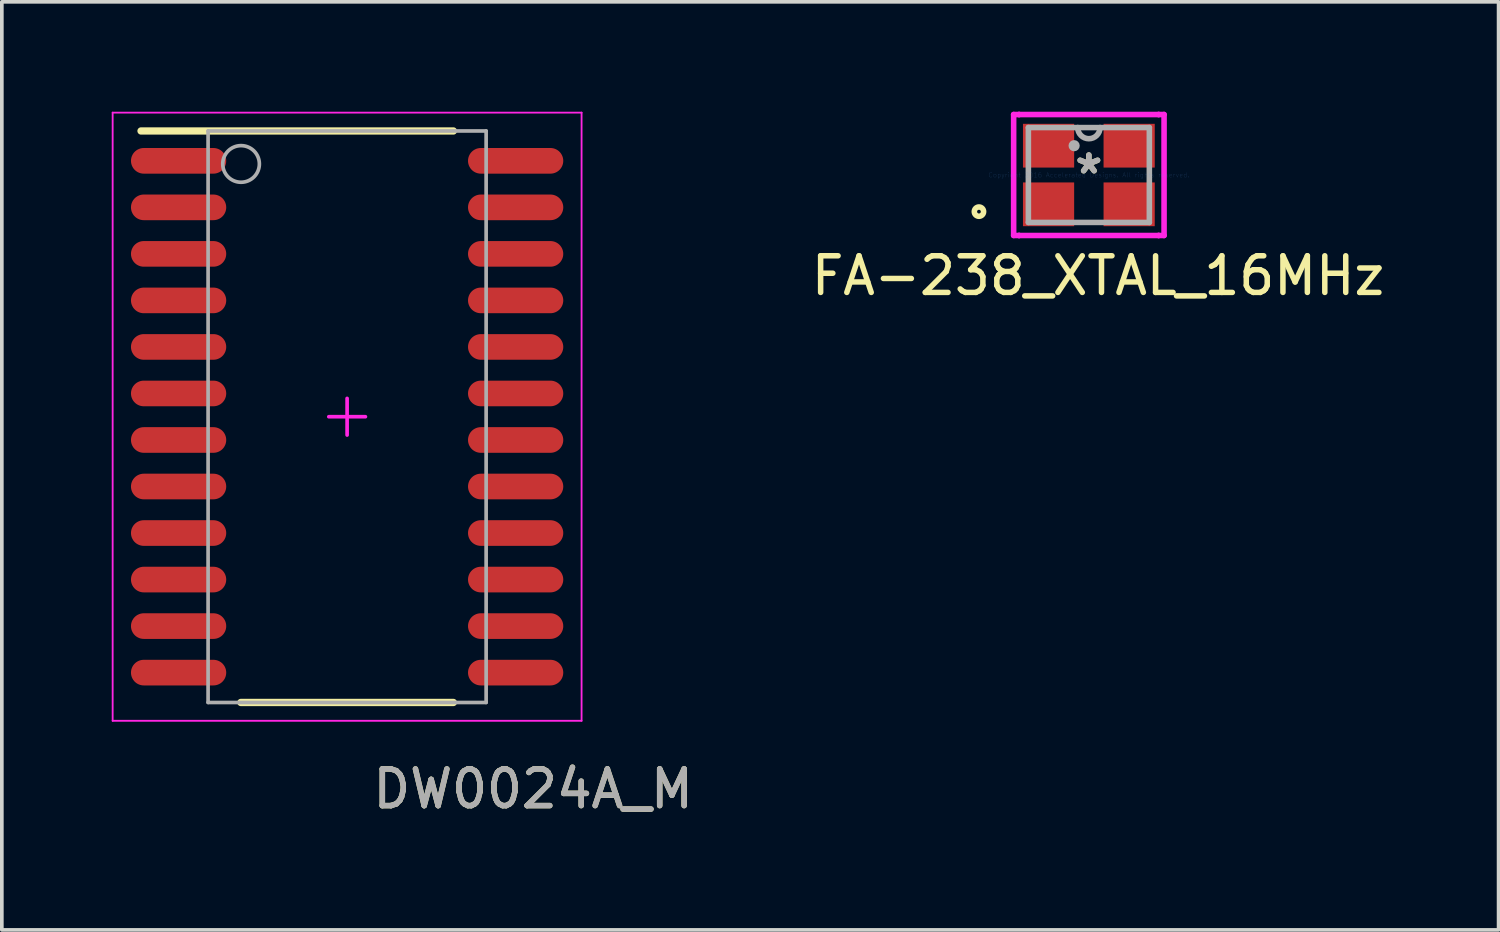
<source format=kicad_pcb>
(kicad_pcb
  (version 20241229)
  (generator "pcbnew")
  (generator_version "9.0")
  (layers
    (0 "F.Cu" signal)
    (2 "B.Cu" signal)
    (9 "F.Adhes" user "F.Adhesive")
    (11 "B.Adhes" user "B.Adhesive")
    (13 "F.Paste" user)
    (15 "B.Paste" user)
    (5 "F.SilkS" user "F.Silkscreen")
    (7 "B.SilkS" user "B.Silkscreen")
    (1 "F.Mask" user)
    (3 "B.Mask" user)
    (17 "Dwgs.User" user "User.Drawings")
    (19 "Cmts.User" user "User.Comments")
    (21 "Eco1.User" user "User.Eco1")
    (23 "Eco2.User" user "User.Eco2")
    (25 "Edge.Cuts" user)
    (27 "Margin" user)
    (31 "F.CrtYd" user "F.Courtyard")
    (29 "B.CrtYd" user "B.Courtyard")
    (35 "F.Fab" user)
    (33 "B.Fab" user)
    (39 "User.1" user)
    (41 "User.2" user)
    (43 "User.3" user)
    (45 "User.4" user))
  (footprint "DW0024A_M"
    (layer "F.Cu")
    (at 6.425 8.325)
    (property "Reference" "DW0024A_M" (at 5.08 10.16 0) (unlocked yes) (layer "F.SilkS") (effects (font (size 1 1) (thickness 0.15))))
    (attr smd)
    (fp_line (start -5.625 -7.8) (end 2.9 -7.8) (stroke (width 0.2) (type solid)) (layer "F.SilkS"))
    (fp_line (start -2.9 7.8) (end 2.9 7.8) (stroke (width 0.2) (type solid)) (layer "F.SilkS"))
    (fp_line (start -6.4 -8.3) (end 6.4 -8.3) (stroke (width 0.05) (type solid)) (layer "F.CrtYd"))
    (fp_line (start -6.4 8.3) (end -6.4 -8.3) (stroke (width 0.05) (type solid)) (layer "F.CrtYd"))
    (fp_line (start -6.4 8.3) (end 6.4 8.3) (stroke (width 0.05) (type solid)) (layer "F.CrtYd"))
    (fp_line (start -0.5 0) (end 0.5 0) (stroke (width 0.1) (type solid)) (layer "F.CrtYd"))
    (fp_line (start 0.000003 0.5) (end 0.000003 -0.5) (stroke (width 0.1) (type solid)) (layer "F.CrtYd"))
    (fp_line (start 6.4 8.3) (end 6.4 -8.3) (stroke (width 0.05) (type solid)) (layer "F.CrtYd"))
    (fp_line (start -3.795 -7.8) (end 3.795 -7.8) (stroke (width 0.1) (type solid)) (layer "F.Fab"))
    (fp_line (start -3.795 7.8) (end -3.795 -7.8) (stroke (width 0.1) (type solid)) (layer "F.Fab"))
    (fp_line (start -3.795 7.8) (end 3.795 7.8) (stroke (width 0.1) (type solid)) (layer "F.Fab"))
    (fp_line (start 3.795 7.8) (end 3.795 -7.8) (stroke (width 0.1) (type solid)) (layer "F.Fab"))
    (fp_circle (center -2.895 -6.9) (end -2.395 -6.9) (stroke (width 0.1) (type solid)) (fill no) (layer "F.Fab"))
    (fp_text user "${REFERENCE}" (at 5.08 10.16 0) (unlocked yes) (layer "F.Fab") (effects (font (size 1 1) (thickness 0.15))))
    (pad "1" smd oval (at -4.6 -6.985 90) (size 0.7 2.6) (layers "F.Cu" "F.Mask" "F.Paste"))
    (pad "2" smd oval (at -4.6 -5.715 90) (size 0.7 2.6) (layers "F.Cu" "F.Mask" "F.Paste"))
    (pad "3" smd oval (at -4.6 -4.445 90) (size 0.7 2.6) (layers "F.Cu" "F.Mask" "F.Paste"))
    (pad "4" smd oval (at -4.6 -3.175 90) (size 0.7 2.6) (layers "F.Cu" "F.Mask" "F.Paste"))
    (pad "5" smd oval (at -4.6 -1.905 90) (size 0.7 2.6) (layers "F.Cu" "F.Mask" "F.Paste"))
    (pad "6" smd oval (at -4.6 -0.635 90) (size 0.7 2.6) (layers "F.Cu" "F.Mask" "F.Paste"))
    (pad "7" smd oval (at -4.6 0.635 90) (size 0.7 2.6) (layers "F.Cu" "F.Mask" "F.Paste"))
    (pad "8" smd oval (at -4.6 1.905 90) (size 0.7 2.6) (layers "F.Cu" "F.Mask" "F.Paste"))
    (pad "9" smd oval (at -4.6 3.175 90) (size 0.7 2.6) (layers "F.Cu" "F.Mask" "F.Paste"))
    (pad "10" smd oval (at -4.6 4.445 90) (size 0.7 2.6) (layers "F.Cu" "F.Mask" "F.Paste"))
    (pad "11" smd oval (at -4.6 5.715 90) (size 0.7 2.6) (layers "F.Cu" "F.Mask" "F.Paste"))
    (pad "12" smd oval (at -4.6 6.985 90) (size 0.7 2.6) (layers "F.Cu" "F.Mask" "F.Paste"))
    (pad "13" smd oval (at 4.6 6.985 90) (size 0.7 2.6) (layers "F.Cu" "F.Mask" "F.Paste"))
    (pad "14" smd oval (at 4.6 5.715 90) (size 0.7 2.6) (layers "F.Cu" "F.Mask" "F.Paste"))
    (pad "15" smd oval (at 4.6 4.445 90) (size 0.7 2.6) (layers "F.Cu" "F.Mask" "F.Paste"))
    (pad "16" smd oval (at 4.6 3.175 90) (size 0.7 2.6) (layers "F.Cu" "F.Mask" "F.Paste"))
    (pad "17" smd oval (at 4.6 1.905 90) (size 0.7 2.6) (layers "F.Cu" "F.Mask" "F.Paste"))
    (pad "18" smd oval (at 4.6 0.635 90) (size 0.7 2.6) (layers "F.Cu" "F.Mask" "F.Paste"))
    (pad "19" smd oval (at 4.6 -0.635 90) (size 0.7 2.6) (layers "F.Cu" "F.Mask" "F.Paste"))
    (pad "20" smd oval (at 4.6 -1.905 90) (size 0.7 2.6) (layers "F.Cu" "F.Mask" "F.Paste"))
    (pad "21" smd oval (at 4.6 -3.175 90) (size 0.7 2.6) (layers "F.Cu" "F.Mask" "F.Paste"))
    (pad "22" smd oval (at 4.6 -4.445 90) (size 0.7 2.6) (layers "F.Cu" "F.Mask" "F.Paste"))
    (pad "23" smd oval (at 4.6 -5.715 90) (size 0.7 2.6) (layers "F.Cu" "F.Mask" "F.Paste"))
    (pad "24" smd oval (at 4.6 -6.985 90) (size 0.7 2.6) (layers "F.Cu" "F.Mask" "F.Paste")))
  (footprint "FA-238_XTAL_16MHz"
    (layer "F.Cu")
    (at 26.672 1.727)
    (property "Reference" "FA-238_XTAL_16MHz" (at 0.25 2.75 0) (layer "F.SilkS") (effects (font (size 1 1) (thickness 0.15))))
    (attr smd)
    (fp_circle (center -3 1) (end -2.873 1) (stroke (width 0.152) (type solid)) (fill no) (layer "F.SilkS"))
    (fp_line (start -2.053 -1.651) (end -1.905 -1.651) (stroke (width 0.152) (type solid)) (layer "F.CrtYd"))
    (fp_line (start -2.053 1.651) (end -2.053 -1.651) (stroke (width 0.152) (type solid)) (layer "F.CrtYd"))
    (fp_line (start -1.905 -1.651) (end -1.905 -1.651) (stroke (width 0.152) (type solid)) (layer "F.CrtYd"))
    (fp_line (start -1.905 -1.651) (end 1.905 -1.651) (stroke (width 0.152) (type solid)) (layer "F.CrtYd"))
    (fp_line (start -1.905 1.651) (end -2.053 1.651) (stroke (width 0.152) (type solid)) (layer "F.CrtYd"))
    (fp_line (start -1.905 1.651) (end -1.905 1.651) (stroke (width 0.152) (type solid)) (layer "F.CrtYd"))
    (fp_line (start 1.905 -1.651) (end 1.905 -1.651) (stroke (width 0.152) (type solid)) (layer "F.CrtYd"))
    (fp_line (start 1.905 -1.651) (end 2.053 -1.651) (stroke (width 0.152) (type solid)) (layer "F.CrtYd"))
    (fp_line (start 1.905 1.651) (end -1.905 1.651) (stroke (width 0.152) (type solid)) (layer "F.CrtYd"))
    (fp_line (start 1.905 1.651) (end 1.905 1.651) (stroke (width 0.152) (type solid)) (layer "F.CrtYd"))
    (fp_line (start 2.053 -1.651) (end 2.053 1.651) (stroke (width 0.152) (type solid)) (layer "F.CrtYd"))
    (fp_line (start 2.053 1.651) (end 1.905 1.651) (stroke (width 0.152) (type solid)) (layer "F.CrtYd"))
    (fp_line (start -1.651 -1.295) (end -1.651 1.295) (stroke (width 0.152) (type solid)) (layer "F.Fab"))
    (fp_line (start -1.651 1.295) (end 1.651 1.295) (stroke (width 0.152) (type solid)) (layer "F.Fab"))
    (fp_line (start 1.651 -1.295) (end -1.651 -1.295) (stroke (width 0.152) (type solid)) (layer "F.Fab"))
    (fp_line (start 1.651 1.295) (end 1.651 -1.295) (stroke (width 0.152) (type solid)) (layer "F.Fab"))
    (fp_arc (start 0.3048 -1.2954) (mid 0 -0.9906) (end -0.3048 -1.2954) (stroke (width 0.1524) (type solid)) (layer "F.Fab"))
    (fp_circle (center -0.402 -0.8) (end -0.325 -0.8) (stroke (width 0.152) (type solid)) (fill no) (layer "F.Fab"))
    (fp_text user "*" (at 0 0 0) (layer "F.SilkS") (effects (font (size 1 1) (thickness 0.15))))
    (fp_text user "Copyright 2016 Accelerated Designs. All rights reserved." (at 0 0 0) (layer "Cmts.User") (effects (font (size 0.127 0.127) (thickness 0.002))))
    (fp_text user "*" (at 0 0 0) (layer "F.Fab") (effects (font (size 1 1) (thickness 0.15))))
    (pad "1" smd rect (at -1.1 0.8) (size 1.397 1.194) (layers "F.Cu" "F.Mask" "F.Paste"))
    (pad "2" smd rect (at 1.1 0.8) (size 1.397 1.194) (layers "F.Cu" "F.Mask" "F.Paste"))
    (pad "3" smd rect (at 1.1 -0.8) (size 1.397 1.194) (layers "F.Cu" "F.Mask" "F.Paste"))
    (pad "4" smd rect (at -1.1 -0.8) (size 1.397 1.194) (layers "F.Cu" "F.Mask" "F.Paste")))
  (gr_rect
    (start -3 -3)
    (end 37.856 22.333)
    (stroke (width 0.1) (type default))
    (fill no)
    (layer "Edge.Cuts")))
</source>
